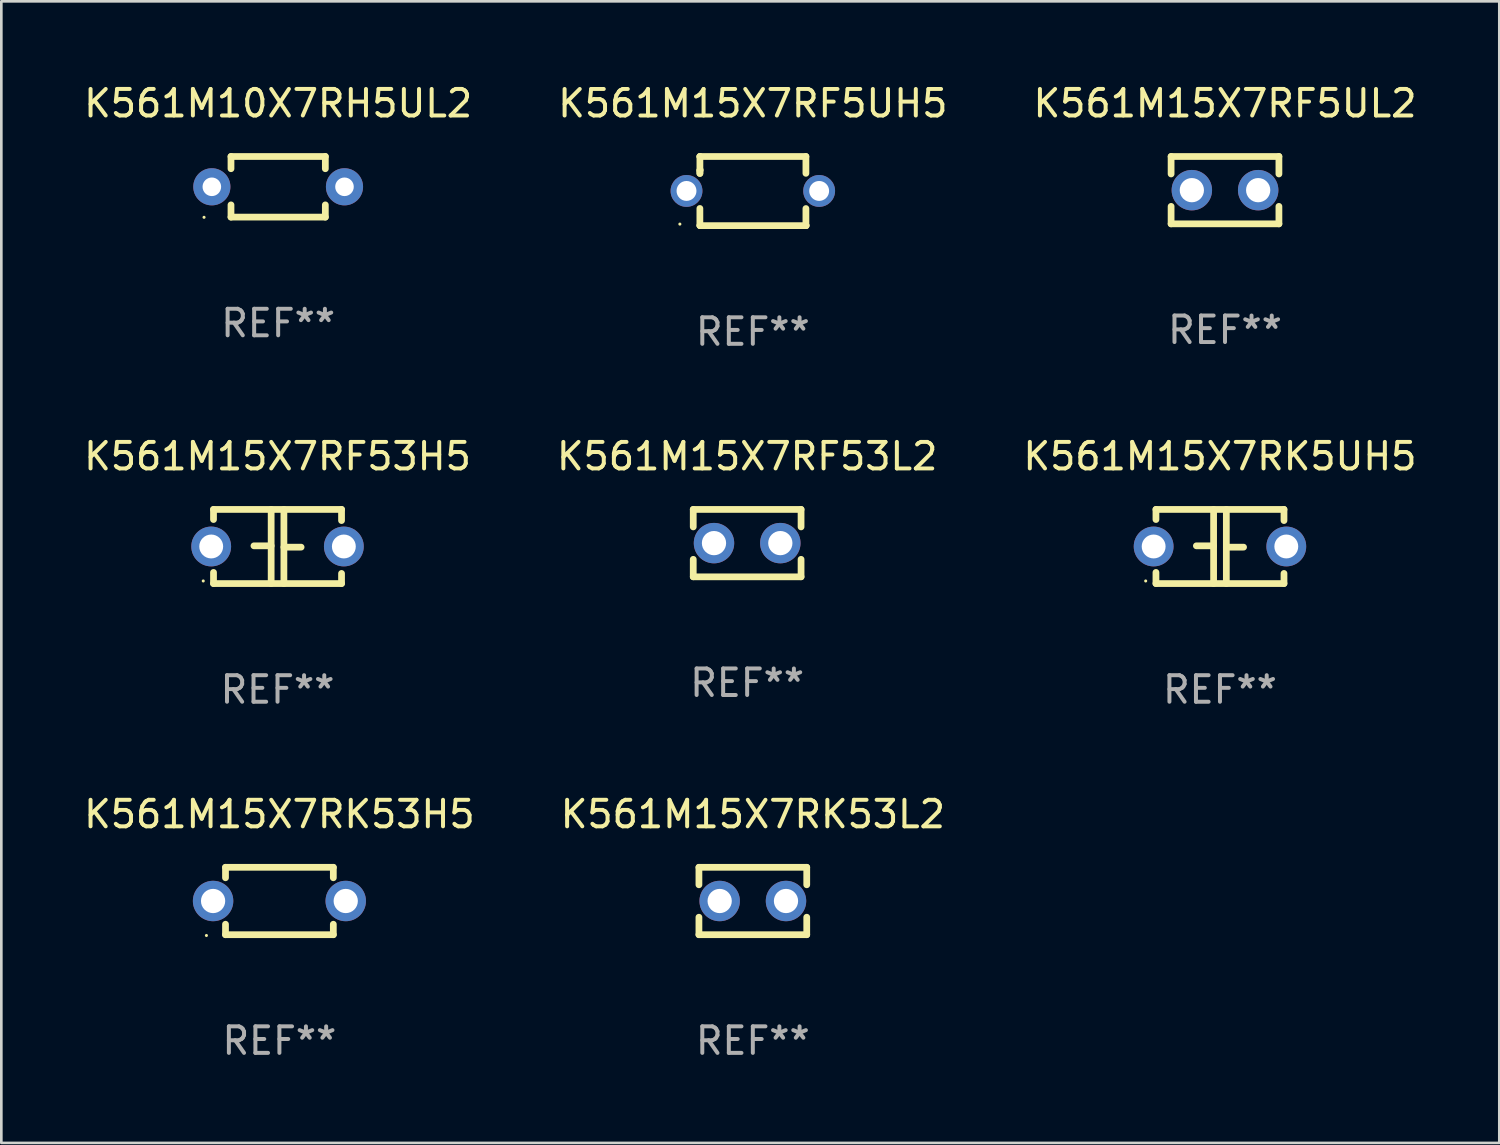
<source format=kicad_pcb>
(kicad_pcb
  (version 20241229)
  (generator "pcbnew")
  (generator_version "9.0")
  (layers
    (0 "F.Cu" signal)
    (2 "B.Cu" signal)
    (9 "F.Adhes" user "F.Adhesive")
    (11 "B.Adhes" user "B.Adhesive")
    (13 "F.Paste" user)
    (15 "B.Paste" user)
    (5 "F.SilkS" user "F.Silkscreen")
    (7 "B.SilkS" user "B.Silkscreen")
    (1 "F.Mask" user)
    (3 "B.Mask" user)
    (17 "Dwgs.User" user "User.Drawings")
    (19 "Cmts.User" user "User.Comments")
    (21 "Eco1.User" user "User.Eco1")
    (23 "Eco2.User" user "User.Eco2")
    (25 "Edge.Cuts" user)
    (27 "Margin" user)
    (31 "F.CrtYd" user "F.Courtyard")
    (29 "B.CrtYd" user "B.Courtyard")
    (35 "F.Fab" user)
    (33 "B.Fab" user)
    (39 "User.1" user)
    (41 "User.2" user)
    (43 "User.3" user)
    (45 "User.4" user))
  (footprint "K561M15X7RF5UH5"
    (layer "F.Cu")
    (at 25.327 4.152)
    (property "Reference" "K561M15X7RF5UH5" (at 0 -3.303 0) (layer "F.SilkS") (effects (font (size 1 1) (thickness 0.15))))
    (attr through_hole)
    (fp_line (start -1.996 -0.782) (end -1.983 -0.795) (stroke (width 0.254) (type solid)) (layer "F.SilkS"))
    (fp_line (start -1.996 -0.665) (end -1.996 -0.782) (stroke (width 0.254) (type solid)) (layer "F.SilkS"))
    (fp_line (start -1.996 1.297) (end -1.996 0.655) (stroke (width 0.254) (type solid)) (layer "F.SilkS"))
    (fp_line (start -1.996 -1.303) (end 2.001 -1.303) (stroke (width 0.254) (type solid)) (layer "F.SilkS"))
    (fp_line (start -1.995 -1.303) (end -1.996 -1.303) (stroke (width 0.254) (type solid)) (layer "F.SilkS"))
    (fp_line (start -1.995 -0.664) (end -1.995 -1.303) (stroke (width 0.254) (type solid)) (layer "F.SilkS"))
    (fp_line (start -1.99 1.303) (end -1.996 1.297) (stroke (width 0.254) (type solid)) (layer "F.SilkS"))
    (fp_line (start 2.001 -1.303) (end 2.001 -0.669) (stroke (width 0.254) (type solid)) (layer "F.SilkS"))
    (fp_line (start 2.001 0.659) (end 2.001 1.297) (stroke (width 0.254) (type solid)) (layer "F.SilkS"))
    (fp_line (start 2.001 1.297) (end 2.008 1.303) (stroke (width 0.254) (type solid)) (layer "F.SilkS"))
    (fp_line (start 2.008 1.303) (end -1.99 1.303) (stroke (width 0.254) (type solid)) (layer "F.SilkS"))
    (fp_circle (center -2.75 1.245) (end -2.72 1.245) (stroke (width 0.06) (type solid)) (fill no) (layer "F.SilkS"))
    (fp_text user "REF**" (at 0 5.303 0) (layer "F.Fab") (effects (font (size 1 1) (thickness 0.15))))
    (pad "1" thru_hole circle (at -2.5 -0.005) (size 1.2 1.2) (drill 0.75) (layers "*.Cu" "*.Mask"))
    (pad "2" thru_hole circle (at 2.5 -0.005) (size 1.2 1.2) (drill 0.75) (layers "*.Cu" "*.Mask")))
  (footprint "K561M15X7RK5UH5"
    (layer "F.Cu")
    (at 42.935 17.549)
    (property "Reference" "K561M15X7RK5UH5" (at 0 -3.397 0) (layer "F.SilkS") (effects (font (size 1 1) (thickness 0.15))))
    (attr through_hole)
    (fp_line (start -2.413 -1.397) (end 2.413 -1.397) (stroke (width 0.254) (type solid)) (layer "F.SilkS"))
    (fp_line (start -2.413 -1.016) (end -2.413 -1.397) (stroke (width 0.254) (type solid)) (layer "F.SilkS"))
    (fp_line (start -2.413 0.977) (end -2.413 1.397) (stroke (width 0.254) (type solid)) (layer "F.SilkS"))
    (fp_line (start -0.24 -0.025) (end -0.889 -0.025) (stroke (width 0.254) (type solid)) (layer "F.SilkS"))
    (fp_line (start -0.24 1.397) (end -0.24 -1.397) (stroke (width 0.254) (type solid)) (layer "F.SilkS"))
    (fp_line (start 0.24 -1.397) (end 0.24 1.397) (stroke (width 0.254) (type solid)) (layer "F.SilkS"))
    (fp_line (start 0.24 0.025) (end 0.889 0.025) (stroke (width 0.254) (type solid)) (layer "F.SilkS"))
    (fp_line (start 2.413 -0.977) (end 2.413 -1.397) (stroke (width 0.254) (type solid)) (layer "F.SilkS"))
    (fp_line (start 2.413 1.016) (end 2.413 1.397) (stroke (width 0.254) (type solid)) (layer "F.SilkS"))
    (fp_line (start 2.413 1.397) (end -2.413 1.397) (stroke (width 0.254) (type solid)) (layer "F.SilkS"))
    (fp_circle (center -2.8 1.3) (end -2.77 1.3) (stroke (width 0.06) (type solid)) (fill no) (layer "F.SilkS"))
    (fp_text user "REF**" (at 0 5.397 0) (layer "F.Fab") (effects (font (size 1 1) (thickness 0.15))))
    (pad "1" thru_hole circle (at -2.5 0) (size 1.5 1.5) (drill 0.9) (layers "*.Cu" "*.Mask"))
    (pad "2" thru_hole circle (at 2.5 0) (size 1.5 1.5) (drill 0.9) (layers "*.Cu" "*.Mask")))
  (footprint "K561M10X7RH5UL2"
    (layer "F.Cu")
    (at 7.435 3.991)
    (property "Reference" "K561M10X7RH5UL2" (at 0 -3.143 0) (layer "F.SilkS") (effects (font (size 1 1) (thickness 0.15))))
    (attr through_hole)
    (fp_line (start -1.778 -1.143) (end 1.778 -1.143) (stroke (width 0.254) (type solid)) (layer "F.SilkS"))
    (fp_line (start -1.778 -0.681) (end -1.778 -1.143) (stroke (width 0.254) (type solid)) (layer "F.SilkS"))
    (fp_line (start -1.778 1.143) (end -1.778 0.681) (stroke (width 0.254) (type solid)) (layer "F.SilkS"))
    (fp_line (start 1.778 -1.143) (end 1.778 -0.681) (stroke (width 0.254) (type solid)) (layer "F.SilkS"))
    (fp_line (start 1.778 0.681) (end 1.778 1.143) (stroke (width 0.254) (type solid)) (layer "F.SilkS"))
    (fp_line (start 1.778 1.143) (end -1.778 1.143) (stroke (width 0.254) (type solid)) (layer "F.SilkS"))
    (fp_circle (center -2.794 1.15) (end -2.764 1.15) (stroke (width 0.06) (type solid)) (fill no) (layer "F.SilkS"))
    (fp_text user "REF**" (at 0 5.143 0) (layer "F.Fab") (effects (font (size 1 1) (thickness 0.15))))
    (pad "1" thru_hole circle (at -2.5 0) (size 1.4 1.4) (drill 0.7) (layers "*.Cu" "*.Mask"))
    (pad "2" thru_hole circle (at 2.5 0) (size 1.4 1.4) (drill 0.7) (layers "*.Cu" "*.Mask")))
  (footprint "K561M15X7RF53L2"
    (layer "F.Cu")
    (at 25.113 17.422)
    (property "Reference" "K561M15X7RF53L2" (at 0 -3.27 0) (layer "F.SilkS") (effects (font (size 1 1) (thickness 0.15))))
    (attr through_hole)
    (fp_line (start -2.032 -1.27) (end -2.032 -0.611) (stroke (width 0.254) (type solid)) (layer "F.SilkS"))
    (fp_line (start -2.032 0.611) (end -2.032 1.27) (stroke (width 0.254) (type solid)) (layer "F.SilkS"))
    (fp_line (start -2.032 1.27) (end 2.032 1.27) (stroke (width 0.254) (type solid)) (layer "F.SilkS"))
    (fp_line (start 2.032 -1.27) (end -2.032 -1.27) (stroke (width 0.254) (type solid)) (layer "F.SilkS"))
    (fp_line (start 2.032 -0.611) (end 2.032 -1.27) (stroke (width 0.254) (type solid)) (layer "F.SilkS"))
    (fp_line (start 2.032 1.27) (end 2.032 0.611) (stroke (width 0.254) (type solid)) (layer "F.SilkS"))
    (fp_circle (center -2 1.3) (end -1.97 1.3) (stroke (width 0.06) (type solid)) (fill no) (layer "F.SilkS"))
    (fp_text user "REF**" (at 0 5.27 0) (layer "F.Fab") (effects (font (size 1 1) (thickness 0.15))))
    (pad "1" thru_hole circle (at -1.25 0) (size 1.524 1.524) (drill 0.914) (layers "*.Cu" "*.Mask"))
    (pad "2" thru_hole circle (at 1.25 0) (size 1.524 1.524) (drill 0.914) (layers "*.Cu" "*.Mask")))
  (footprint "K561M15X7RF53H5"
    (layer "F.Cu")
    (at 7.411 17.549)
    (property "Reference" "K561M15X7RF53H5" (at 0 -3.397 0) (layer "F.SilkS") (effects (font (size 1 1) (thickness 0.15))))
    (attr through_hole)
    (fp_line (start -2.413 -1.397) (end 2.413 -1.397) (stroke (width 0.254) (type solid)) (layer "F.SilkS"))
    (fp_line (start -2.413 -1.016) (end -2.413 -1.397) (stroke (width 0.254) (type solid)) (layer "F.SilkS"))
    (fp_line (start -2.413 0.977) (end -2.413 1.397) (stroke (width 0.254) (type solid)) (layer "F.SilkS"))
    (fp_line (start -0.24 -0.025) (end -0.889 -0.025) (stroke (width 0.254) (type solid)) (layer "F.SilkS"))
    (fp_line (start -0.24 1.397) (end -0.24 -1.397) (stroke (width 0.254) (type solid)) (layer "F.SilkS"))
    (fp_line (start 0.24 -1.397) (end 0.24 1.397) (stroke (width 0.254) (type solid)) (layer "F.SilkS"))
    (fp_line (start 0.24 0.025) (end 0.889 0.025) (stroke (width 0.254) (type solid)) (layer "F.SilkS"))
    (fp_line (start 2.413 -0.977) (end 2.413 -1.397) (stroke (width 0.254) (type solid)) (layer "F.SilkS"))
    (fp_line (start 2.413 1.016) (end 2.413 1.397) (stroke (width 0.254) (type solid)) (layer "F.SilkS"))
    (fp_line (start 2.413 1.397) (end -2.413 1.397) (stroke (width 0.254) (type solid)) (layer "F.SilkS"))
    (fp_circle (center -2.8 1.3) (end -2.77 1.3) (stroke (width 0.06) (type solid)) (fill no) (layer "F.SilkS"))
    (fp_text user "REF**" (at 0 5.397 0) (layer "F.Fab") (effects (font (size 1 1) (thickness 0.15))))
    (pad "1" thru_hole circle (at -2.5 0) (size 1.5 1.5) (drill 0.9) (layers "*.Cu" "*.Mask"))
    (pad "2" thru_hole circle (at 2.5 0) (size 1.5 1.5) (drill 0.9) (layers "*.Cu" "*.Mask")))
  (footprint "K561M15X7RK53H5"
    (layer "F.Cu")
    (at 7.482 30.912)
    (property "Reference" "K561M15X7RK53H5" (at 0 -3.27 0) (layer "F.SilkS") (effects (font (size 1 1) (thickness 0.15))))
    (attr through_hole)
    (fp_line (start -2.032 -1.27) (end -2.032 -0.876) (stroke (width 0.254) (type solid)) (layer "F.SilkS"))
    (fp_line (start -2.032 0.876) (end -2.032 1.27) (stroke (width 0.254) (type solid)) (layer "F.SilkS"))
    (fp_line (start -2.032 1.27) (end 2.032 1.27) (stroke (width 0.254) (type solid)) (layer "F.SilkS"))
    (fp_line (start 2.032 -1.27) (end -2.032 -1.27) (stroke (width 0.254) (type solid)) (layer "F.SilkS"))
    (fp_line (start 2.032 -0.876) (end 2.032 -1.27) (stroke (width 0.254) (type solid)) (layer "F.SilkS"))
    (fp_line (start 2.032 1.27) (end 2.032 0.876) (stroke (width 0.254) (type solid)) (layer "F.SilkS"))
    (fp_circle (center -2.751 1.3) (end -2.721 1.3) (stroke (width 0.06) (type solid)) (fill no) (layer "F.SilkS"))
    (fp_text user "REF**" (at 0 5.27 0) (layer "F.Fab") (effects (font (size 1 1) (thickness 0.15))))
    (pad "1" thru_hole circle (at -2.5 0) (size 1.524 1.524) (drill 0.914) (layers "*.Cu" "*.Mask"))
    (pad "2" thru_hole circle (at 2.5 0) (size 1.524 1.524) (drill 0.914) (layers "*.Cu" "*.Mask")))
  (footprint "K561M15X7RF5UL2"
    (layer "F.Cu")
    (at 43.125 4.118)
    (property "Reference" "K561M15X7RF5UL2" (at 0 -3.27 0) (layer "F.SilkS") (effects (font (size 1 1) (thickness 0.15))))
    (attr through_hole)
    (fp_line (start -2.032 -1.27) (end -2.032 -0.611) (stroke (width 0.254) (type solid)) (layer "F.SilkS"))
    (fp_line (start -2.032 0.611) (end -2.032 1.27) (stroke (width 0.254) (type solid)) (layer "F.SilkS"))
    (fp_line (start -2.032 1.27) (end 2.032 1.27) (stroke (width 0.254) (type solid)) (layer "F.SilkS"))
    (fp_line (start 2.032 -1.27) (end -2.032 -1.27) (stroke (width 0.254) (type solid)) (layer "F.SilkS"))
    (fp_line (start 2.032 -0.611) (end 2.032 -1.27) (stroke (width 0.254) (type solid)) (layer "F.SilkS"))
    (fp_line (start 2.032 1.27) (end 2.032 0.611) (stroke (width 0.254) (type solid)) (layer "F.SilkS"))
    (fp_circle (center -2 1.3) (end -1.97 1.3) (stroke (width 0.06) (type solid)) (fill no) (layer "F.SilkS"))
    (fp_text user "REF**" (at 0 5.27 0) (layer "F.Fab") (effects (font (size 1 1) (thickness 0.15))))
    (pad "1" thru_hole circle (at -1.25 0) (size 1.524 1.524) (drill 0.914) (layers "*.Cu" "*.Mask"))
    (pad "2" thru_hole circle (at 1.25 0) (size 1.524 1.524) (drill 0.914) (layers "*.Cu" "*.Mask")))
  (footprint "K561M15X7RK53L2"
    (layer "F.Cu")
    (at 25.327 30.912)
    (property "Reference" "K561M15X7RK53L2" (at 0 -3.27 0) (layer "F.SilkS") (effects (font (size 1 1) (thickness 0.15))))
    (attr through_hole)
    (fp_line (start -2.032 -1.27) (end -2.032 -0.611) (stroke (width 0.254) (type solid)) (layer "F.SilkS"))
    (fp_line (start -2.032 0.611) (end -2.032 1.27) (stroke (width 0.254) (type solid)) (layer "F.SilkS"))
    (fp_line (start -2.032 1.27) (end 2.032 1.27) (stroke (width 0.254) (type solid)) (layer "F.SilkS"))
    (fp_line (start 2.032 -1.27) (end -2.032 -1.27) (stroke (width 0.254) (type solid)) (layer "F.SilkS"))
    (fp_line (start 2.032 -0.611) (end 2.032 -1.27) (stroke (width 0.254) (type solid)) (layer "F.SilkS"))
    (fp_line (start 2.032 1.27) (end 2.032 0.611) (stroke (width 0.254) (type solid)) (layer "F.SilkS"))
    (fp_circle (center -2 1.3) (end -1.97 1.3) (stroke (width 0.06) (type solid)) (fill no) (layer "F.SilkS"))
    (fp_text user "REF**" (at 0 5.27 0) (layer "F.Fab") (effects (font (size 1 1) (thickness 0.15))))
    (pad "1" thru_hole circle (at -1.25 0) (size 1.524 1.524) (drill 0.914) (layers "*.Cu" "*.Mask"))
    (pad "2" thru_hole circle (at 1.25 0) (size 1.524 1.524) (drill 0.914) (layers "*.Cu" "*.Mask")))
  (gr_rect
    (start -3 -3)
    (end 53.464 40.03)
    (stroke (width 0.1) (type default))
    (fill no)
    (layer "Edge.Cuts")))
</source>
